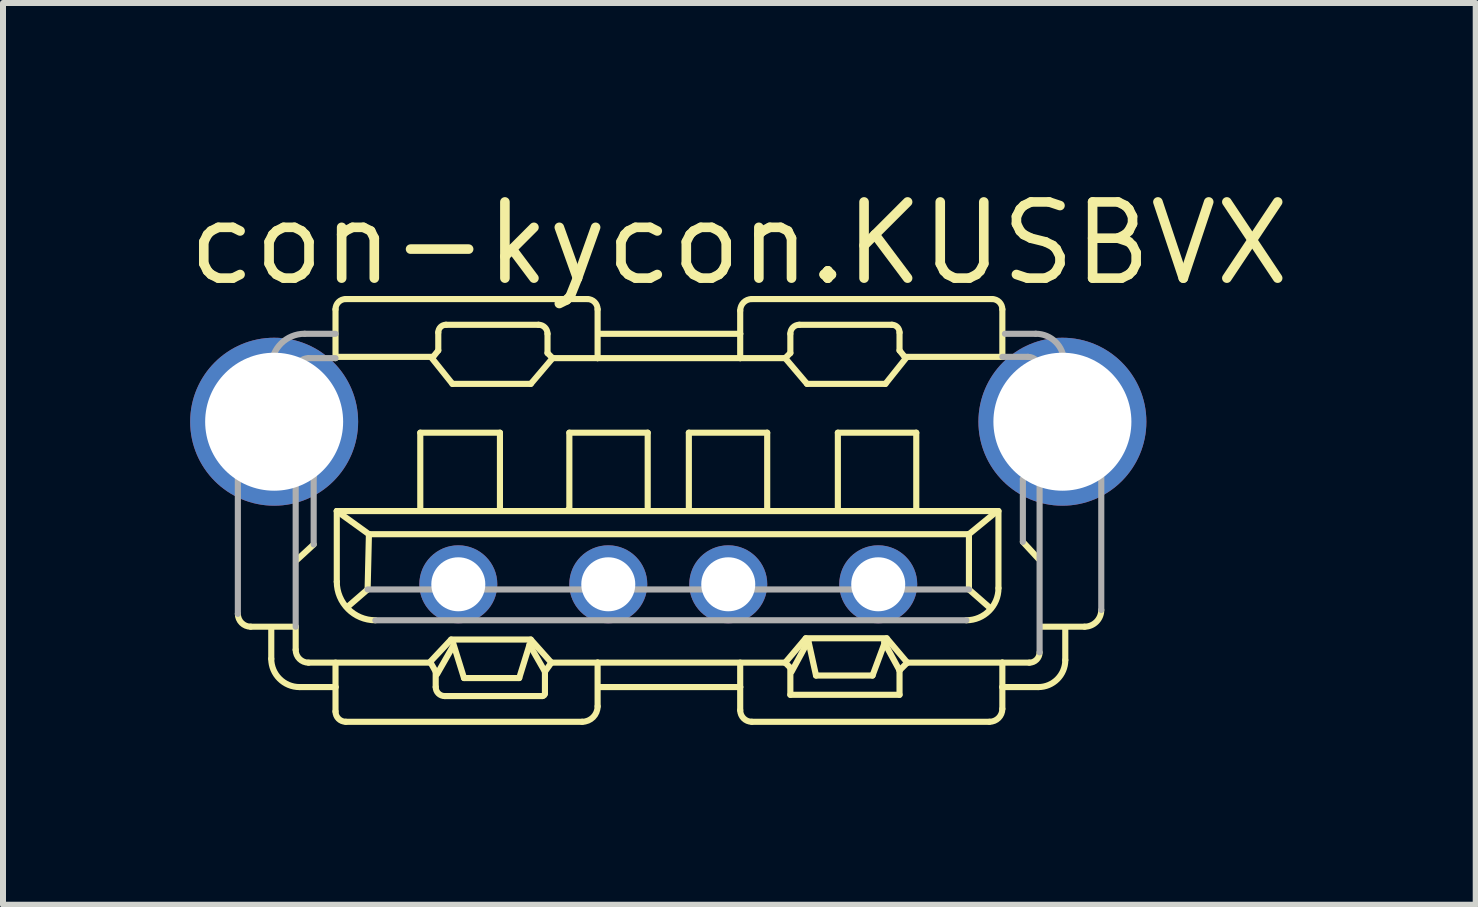
<source format=kicad_pcb>
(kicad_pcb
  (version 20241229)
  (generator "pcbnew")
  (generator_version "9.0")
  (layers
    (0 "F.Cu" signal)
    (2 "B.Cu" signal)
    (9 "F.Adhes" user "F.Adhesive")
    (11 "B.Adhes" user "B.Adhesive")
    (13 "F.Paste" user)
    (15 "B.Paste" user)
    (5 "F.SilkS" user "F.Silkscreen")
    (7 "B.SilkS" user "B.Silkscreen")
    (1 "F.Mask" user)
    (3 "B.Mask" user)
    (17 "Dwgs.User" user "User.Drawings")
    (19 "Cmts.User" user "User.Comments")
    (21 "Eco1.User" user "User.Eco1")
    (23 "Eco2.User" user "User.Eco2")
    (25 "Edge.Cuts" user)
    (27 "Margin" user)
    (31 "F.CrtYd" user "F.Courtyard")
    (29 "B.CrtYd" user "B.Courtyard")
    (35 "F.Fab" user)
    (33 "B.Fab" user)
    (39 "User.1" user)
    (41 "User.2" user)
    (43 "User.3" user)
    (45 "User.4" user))
  (footprint "con-kycon.KUSBVX"
    (layer "F.Cu")
    (at 8.09 6.69)
    (property "Reference" "con-kycon.KUSBVX" (at -8.09 -4.94 0) (layer "F.SilkS") (effects (font (size 1.27 1.27) (thickness 0.16)) (justify left bottom)))
    (attr through_hole)
    (fp_line (start -6.961 0.707) (end -6.211 0.707) (stroke (width 0.102) (type default)) (layer "F.SilkS"))
    (fp_line (start -6.618 1.242) (end -6.618 0.728) (stroke (width 0.102) (type default)) (layer "F.SilkS"))
    (fp_line (start -6.211 0.707) (end -6.211 1.092) (stroke (width 0.102) (type default)) (layer "F.SilkS"))
    (fp_line (start -5.997 1.306) (end -3.962 1.306) (stroke (width 0.102) (type default)) (layer "F.SilkS"))
    (fp_line (start -5.911 -0.664) (end -6.19 -0.407) (stroke (width 0.102) (type default)) (layer "F.SilkS"))
    (fp_line (start -5.547 -3.791) (end -3.92 -3.791) (stroke (width 0.102) (type default)) (layer "F.SilkS"))
    (fp_line (start -5.547 -3.77) (end -5.547 -4.583) (stroke (width 0.102) (type default)) (layer "F.SilkS"))
    (fp_line (start -5.547 1.713) (end -6.147 1.713) (stroke (width 0.102) (type default)) (layer "F.SilkS"))
    (fp_line (start -5.547 1.713) (end -5.547 1.306) (stroke (width 0.102) (type default)) (layer "F.SilkS"))
    (fp_line (start -5.547 2.12) (end -5.547 1.713) (stroke (width 0.102) (type default)) (layer "F.SilkS"))
    (fp_line (start -5.526 -1.221) (end -4.99 -0.835) (stroke (width 0.102) (type default)) (layer "F.SilkS"))
    (fp_line (start -5.526 -1.221) (end 5.483 -1.221) (stroke (width 0.102) (type default)) (layer "F.SilkS"))
    (fp_line (start -5.526 -0.043) (end -5.526 -1.221) (stroke (width 0.102) (type default)) (layer "F.SilkS"))
    (fp_line (start -5.376 -4.755) (end -1.349 -4.755) (stroke (width 0.102) (type default)) (layer "F.SilkS"))
    (fp_line (start -5.012 0.086) (end -5.333 0.364) (stroke (width 0.102) (type default)) (layer "F.SilkS"))
    (fp_line (start -4.99 -0.835) (end -5.012 0.086) (stroke (width 0.102) (type default)) (layer "F.SilkS"))
    (fp_line (start -4.99 -0.835) (end 5.012 -0.835) (stroke (width 0.102) (type default)) (layer "F.SilkS"))
    (fp_line (start -4.134 -2.527) (end -2.806 -2.527) (stroke (width 0.102) (type default)) (layer "F.SilkS"))
    (fp_line (start -4.134 -1.264) (end -4.134 -2.527) (stroke (width 0.102) (type default)) (layer "F.SilkS"))
    (fp_line (start -3.962 1.306) (end -3.962 1.306) (stroke (width 0.102) (type default)) (layer "F.SilkS"))
    (fp_line (start -3.962 1.306) (end -3.877 1.456) (stroke (width 0.102) (type default)) (layer "F.SilkS"))
    (fp_line (start -3.962 1.285) (end -3.62 0.921) (stroke (width 0.102) (type default)) (layer "F.SilkS"))
    (fp_line (start -3.92 -3.791) (end -3.834 -3.898) (stroke (width 0.102) (type default)) (layer "F.SilkS"))
    (fp_line (start -3.877 1.456) (end -3.877 1.713) (stroke (width 0.102) (type default)) (layer "F.SilkS"))
    (fp_line (start -3.855 1.499) (end -3.598 1.05) (stroke (width 0.102) (type default)) (layer "F.SilkS"))
    (fp_line (start -3.834 -3.898) (end -3.834 -4.198) (stroke (width 0.102) (type default)) (layer "F.SilkS"))
    (fp_line (start -3.727 1.863) (end -2.099 1.863) (stroke (width 0.102) (type default)) (layer "F.SilkS"))
    (fp_line (start -3.705 -4.326) (end -2.163 -4.326) (stroke (width 0.102) (type default)) (layer "F.SilkS"))
    (fp_line (start -3.62 0.921) (end -2.292 0.921) (stroke (width 0.102) (type default)) (layer "F.SilkS"))
    (fp_line (start -3.598 -3.341) (end -3.941 -3.77) (stroke (width 0.102) (type default)) (layer "F.SilkS"))
    (fp_line (start -3.405 1.563) (end -3.598 0.942) (stroke (width 0.102) (type default)) (layer "F.SilkS"))
    (fp_line (start -2.806 -2.527) (end -2.806 -1.264) (stroke (width 0.102) (type default)) (layer "F.SilkS"))
    (fp_line (start -2.485 1.563) (end -3.405 1.563) (stroke (width 0.102) (type default)) (layer "F.SilkS"))
    (fp_line (start -2.313 1.007) (end -2.485 1.563) (stroke (width 0.102) (type default)) (layer "F.SilkS"))
    (fp_line (start -2.292 -3.341) (end -3.598 -3.341) (stroke (width 0.102) (type default)) (layer "F.SilkS"))
    (fp_line (start -2.292 0.921) (end -1.949 1.306) (stroke (width 0.102) (type default)) (layer "F.SilkS"))
    (fp_line (start -2.056 1.456) (end -2.313 1.007) (stroke (width 0.102) (type default)) (layer "F.SilkS"))
    (fp_line (start -2.056 1.821) (end -2.056 1.456) (stroke (width 0.102) (type default)) (layer "F.SilkS"))
    (fp_line (start -2.013 -4.176) (end -2.013 -3.855) (stroke (width 0.102) (type default)) (layer "F.SilkS"))
    (fp_line (start -1.949 1.306) (end -2.056 1.456) (stroke (width 0.102) (type default)) (layer "F.SilkS"))
    (fp_line (start -1.928 -3.77) (end -2.292 -3.341) (stroke (width 0.102) (type default)) (layer "F.SilkS"))
    (fp_line (start -1.928 -3.77) (end -2.013 -3.855) (stroke (width 0.102) (type default)) (layer "F.SilkS"))
    (fp_line (start -1.671 -1.242) (end -1.649 -1.242) (stroke (width 0.102) (type default)) (layer "F.SilkS"))
    (fp_line (start -1.649 -2.527) (end -0.343 -2.527) (stroke (width 0.102) (type default)) (layer "F.SilkS"))
    (fp_line (start -1.649 -1.242) (end -1.649 -2.527) (stroke (width 0.102) (type default)) (layer "F.SilkS"))
    (fp_line (start -1.435 2.292) (end -5.376 2.292) (stroke (width 0.102) (type default)) (layer "F.SilkS"))
    (fp_line (start -1.178 -4.583) (end -1.178 -3.77) (stroke (width 0.102) (type default)) (layer "F.SilkS"))
    (fp_line (start -1.178 -3.77) (end -1.928 -3.77) (stroke (width 0.102) (type default)) (layer "F.SilkS"))
    (fp_line (start -1.178 -3.77) (end 1.199 -3.77) (stroke (width 0.102) (type default)) (layer "F.SilkS"))
    (fp_line (start -1.178 1.306) (end -1.949 1.306) (stroke (width 0.102) (type default)) (layer "F.SilkS"))
    (fp_line (start -1.178 1.306) (end -1.178 2.035) (stroke (width 0.102) (type default)) (layer "F.SilkS"))
    (fp_line (start -1.178 1.306) (end 1.949 1.306) (stroke (width 0.102) (type default)) (layer "F.SilkS"))
    (fp_line (start -1.157 -4.176) (end 1.199 -4.176) (stroke (width 0.102) (type default)) (layer "F.SilkS"))
    (fp_line (start -0.343 -2.527) (end -0.343 -1.285) (stroke (width 0.102) (type default)) (layer "F.SilkS"))
    (fp_line (start 0.343 -2.527) (end 1.649 -2.527) (stroke (width 0.102) (type default)) (layer "F.SilkS"))
    (fp_line (start 0.343 -1.264) (end 0.343 -2.527) (stroke (width 0.102) (type default)) (layer "F.SilkS"))
    (fp_line (start 1.199 -4.176) (end 1.199 -4.562) (stroke (width 0.102) (type default)) (layer "F.SilkS"))
    (fp_line (start 1.199 -4.176) (end 1.199 -3.77) (stroke (width 0.102) (type default)) (layer "F.SilkS"))
    (fp_line (start 1.199 -3.77) (end 1.949 -3.77) (stroke (width 0.102) (type default)) (layer "F.SilkS"))
    (fp_line (start 1.199 1.713) (end -1.157 1.713) (stroke (width 0.102) (type default)) (layer "F.SilkS"))
    (fp_line (start 1.199 1.713) (end 1.199 1.306) (stroke (width 0.102) (type default)) (layer "F.SilkS"))
    (fp_line (start 1.199 2.099) (end 1.199 1.713) (stroke (width 0.102) (type default)) (layer "F.SilkS"))
    (fp_line (start 1.392 -4.755) (end 5.397 -4.755) (stroke (width 0.102) (type default)) (layer "F.SilkS"))
    (fp_line (start 1.649 -2.527) (end 1.649 -1.242) (stroke (width 0.102) (type default)) (layer "F.SilkS"))
    (fp_line (start 1.949 -3.77) (end 2.035 -3.855) (stroke (width 0.102) (type default)) (layer "F.SilkS"))
    (fp_line (start 1.949 -3.77) (end 2.313 -3.341) (stroke (width 0.102) (type default)) (layer "F.SilkS"))
    (fp_line (start 1.949 1.306) (end 2.292 0.9) (stroke (width 0.102) (type default)) (layer "F.SilkS"))
    (fp_line (start 2.035 -4.176) (end 2.035 -3.855) (stroke (width 0.102) (type default)) (layer "F.SilkS"))
    (fp_line (start 2.035 1.392) (end 1.949 1.306) (stroke (width 0.102) (type default)) (layer "F.SilkS"))
    (fp_line (start 2.035 1.842) (end 2.035 1.392) (stroke (width 0.102) (type default)) (layer "F.SilkS"))
    (fp_line (start 2.292 0.9) (end 3.641 0.9) (stroke (width 0.102) (type default)) (layer "F.SilkS"))
    (fp_line (start 2.313 -3.341) (end 3.62 -3.341) (stroke (width 0.102) (type default)) (layer "F.SilkS"))
    (fp_line (start 2.335 0.942) (end 2.056 1.456) (stroke (width 0.102) (type default)) (layer "F.SilkS"))
    (fp_line (start 2.335 0.942) (end 2.463 1.521) (stroke (width 0.102) (type default)) (layer "F.SilkS"))
    (fp_line (start 2.463 1.521) (end 3.405 1.521) (stroke (width 0.102) (type default)) (layer "F.SilkS"))
    (fp_line (start 2.827 -2.527) (end 4.134 -2.527) (stroke (width 0.102) (type default)) (layer "F.SilkS"))
    (fp_line (start 2.827 -1.242) (end 2.827 -2.527) (stroke (width 0.102) (type default)) (layer "F.SilkS"))
    (fp_line (start 3.405 1.521) (end 3.62 0.942) (stroke (width 0.102) (type default)) (layer "F.SilkS"))
    (fp_line (start 3.598 0.964) (end 3.855 1.435) (stroke (width 0.102) (type default)) (layer "F.SilkS"))
    (fp_line (start 3.62 -3.341) (end 3.962 -3.77) (stroke (width 0.102) (type default)) (layer "F.SilkS"))
    (fp_line (start 3.641 0.9) (end 3.984 1.306) (stroke (width 0.102) (type default)) (layer "F.SilkS"))
    (fp_line (start 3.727 -4.326) (end 2.185 -4.326) (stroke (width 0.102) (type default)) (layer "F.SilkS"))
    (fp_line (start 3.855 -3.898) (end 3.855 -4.198) (stroke (width 0.102) (type default)) (layer "F.SilkS"))
    (fp_line (start 3.855 1.435) (end 3.855 1.842) (stroke (width 0.102) (type default)) (layer "F.SilkS"))
    (fp_line (start 3.855 1.842) (end 2.035 1.842) (stroke (width 0.102) (type default)) (layer "F.SilkS"))
    (fp_line (start 3.941 -3.791) (end 3.855 -3.898) (stroke (width 0.102) (type default)) (layer "F.SilkS"))
    (fp_line (start 3.984 1.306) (end 3.855 1.435) (stroke (width 0.102) (type default)) (layer "F.SilkS"))
    (fp_line (start 4.134 -2.527) (end 4.134 -1.242) (stroke (width 0.102) (type default)) (layer "F.SilkS"))
    (fp_line (start 5.012 -0.835) (end 5.012 0.086) (stroke (width 0.102) (type default)) (layer "F.SilkS"))
    (fp_line (start 5.012 -0.835) (end 5.483 -1.221) (stroke (width 0.102) (type default)) (layer "F.SilkS"))
    (fp_line (start 5.012 0.086) (end 5.354 0.386) (stroke (width 0.102) (type default)) (layer "F.SilkS"))
    (fp_line (start 5.354 2.292) (end 1.392 2.292) (stroke (width 0.102) (type default)) (layer "F.SilkS"))
    (fp_line (start 5.483 -1.221) (end 5.504 -1.221) (stroke (width 0.102) (type default)) (layer "F.SilkS"))
    (fp_line (start 5.504 -1.221) (end 5.504 0.064) (stroke (width 0.102) (type default)) (layer "F.SilkS"))
    (fp_line (start 5.569 -4.583) (end 5.569 -3.791) (stroke (width 0.102) (type default)) (layer "F.SilkS"))
    (fp_line (start 5.569 -3.791) (end 3.941 -3.791) (stroke (width 0.102) (type default)) (layer "F.SilkS"))
    (fp_line (start 5.569 1.306) (end 3.984 1.306) (stroke (width 0.102) (type default)) (layer "F.SilkS"))
    (fp_line (start 5.569 1.306) (end 5.569 1.713) (stroke (width 0.102) (type default)) (layer "F.SilkS"))
    (fp_line (start 5.569 1.713) (end 5.569 2.078) (stroke (width 0.102) (type default)) (layer "F.SilkS"))
    (fp_line (start 5.569 1.713) (end 6.168 1.713) (stroke (width 0.102) (type default)) (layer "F.SilkS"))
    (fp_line (start 6.019 1.306) (end 5.569 1.306) (stroke (width 0.102) (type default)) (layer "F.SilkS"))
    (fp_line (start 6.168 -0.428) (end 5.911 -0.707) (stroke (width 0.102) (type default)) (layer "F.SilkS"))
    (fp_line (start 6.211 0.707) (end 6.939 0.707) (stroke (width 0.102) (type default)) (layer "F.SilkS"))
    (fp_line (start 6.618 1.264) (end 6.618 0.728) (stroke (width 0.102) (type default)) (layer "F.SilkS"))
    (fp_arc (start -6.9608 0.7068) (mid -7.112262 0.644062) (end -7.175 0.4926) (stroke (width 0.1016) (type default)) (layer "F.SilkS"))
    (fp_arc (start -6.147 1.7134) (mid -6.480189 1.575389) (end -6.6182 1.2422) (stroke (width 0.1016) (type default)) (layer "F.SilkS"))
    (fp_arc (start -5.997 1.3065) (mid -6.148462 1.243762) (end -6.2112 1.0923) (stroke (width 0.1016) (type default)) (layer "F.SilkS"))
    (fp_arc (start -5.5473 -4.5835) (mid -5.497127 -4.704627) (end -5.376 -4.7548) (stroke (width 0.1016) (type default)) (layer "F.SilkS"))
    (fp_arc (start -5.3759 2.2917) (mid -5.497098 2.241498) (end -5.5473 2.1203) (stroke (width 0.1016) (type default)) (layer "F.SilkS"))
    (fp_arc (start -4.8833 0.5997) (mid -5.337616 0.411516) (end -5.5258 -0.0428) (stroke (width 0.1016) (type default)) (layer "F.SilkS"))
    (fp_arc (start -3.8338 -4.1979) (mid -3.796163 -4.288763) (end -3.7053 -4.3264) (stroke (width 0.1016) (type default)) (layer "F.SilkS"))
    (fp_arc (start -3.7267 1.8634) (mid -3.832766 1.819466) (end -3.8767 1.7134) (stroke (width 0.1016) (type default)) (layer "F.SilkS"))
    (fp_arc (start -2.1632 -4.3264) (mid -2.057205 -4.282495) (end -2.0133 -4.1765) (stroke (width 0.1016) (type default)) (layer "F.SilkS"))
    (fp_arc (start -2.0561 1.8205) (mid -2.068665 1.850835) (end -2.099 1.8634) (stroke (width 0.1016) (type default)) (layer "F.SilkS"))
    (fp_arc (start -1.3493 -4.7548) (mid -1.228173 -4.704627) (end -1.178 -4.5835) (stroke (width 0.1016) (type default)) (layer "F.SilkS"))
    (fp_arc (start -1.178 2.0347) (mid -1.253274 2.216426) (end -1.435 2.2917) (stroke (width 0.1016) (type default)) (layer "F.SilkS"))
    (fp_arc (start 1.1994 -4.562) (mid 1.25587 -4.69833) (end 1.3922 -4.7548) (stroke (width 0.1016) (type default)) (layer "F.SilkS"))
    (fp_arc (start 1.3922 2.2917) (mid 1.25587 2.23523) (end 1.1994 2.0989) (stroke (width 0.1016) (type default)) (layer "F.SilkS"))
    (fp_arc (start 2.0347 -4.1765) (mid 2.078605 -4.282495) (end 2.1846 -4.3264) (stroke (width 0.1016) (type default)) (layer "F.SilkS"))
    (fp_arc (start 3.7267 -4.3264) (mid 3.817563 -4.288763) (end 3.8552 -4.1979) (stroke (width 0.1016) (type default)) (layer "F.SilkS"))
    (fp_arc (start 5.3973 -4.7548) (mid 5.518498 -4.704598) (end 5.5687 -4.5834) (stroke (width 0.1016) (type default)) (layer "F.SilkS"))
    (fp_arc (start 5.5044 0.0643) (mid 5.347585 0.442885) (end 4.969 0.5997) (stroke (width 0.1016) (type default)) (layer "F.SilkS"))
    (fp_arc (start 5.5687 2.0775) (mid 5.505962 2.228962) (end 5.3545 2.2917) (stroke (width 0.1016) (type default)) (layer "F.SilkS"))
    (fp_arc (start 6.1898 1.1352) (mid 6.139627 1.256327) (end 6.0185 1.3065) (stroke (width 0.1016) (type default)) (layer "F.SilkS"))
    (fp_arc (start 6.6182 1.2636) (mid 6.486457 1.581657) (end 6.1684 1.7134) (stroke (width 0.1016) (type default)) (layer "F.SilkS"))
    (fp_arc (start 7.2179 0.4283) (mid 7.136329 0.625229) (end 6.9394 0.7068) (stroke (width 0.1016) (type default)) (layer "F.SilkS"))
    (fp_line (start -7.175 -2.956) (end -7.175 0.493) (stroke (width 0.102) (type default)) (layer "F.Fab"))
    (fp_line (start -6.618 -3.148) (end -6.618 -3.62) (stroke (width 0.102) (type default)) (layer "F.Fab"))
    (fp_line (start -6.211 -3.148) (end -6.982 -3.148) (stroke (width 0.102) (type default)) (layer "F.Fab"))
    (fp_line (start -6.211 -2.078) (end -6.211 -3.555) (stroke (width 0.102) (type default)) (layer "F.Fab"))
    (fp_line (start -6.211 -2.078) (end -5.911 -1.799) (stroke (width 0.102) (type default)) (layer "F.Fab"))
    (fp_line (start -6.211 0.707) (end -6.211 -2.078) (stroke (width 0.102) (type default)) (layer "F.Fab"))
    (fp_line (start -6.061 -4.176) (end -5.547 -4.176) (stroke (width 0.102) (type default)) (layer "F.Fab"))
    (fp_line (start -5.997 -3.77) (end -5.547 -3.77) (stroke (width 0.102) (type default)) (layer "F.Fab"))
    (fp_line (start -5.911 -1.799) (end -5.911 -0.664) (stroke (width 0.102) (type default)) (layer "F.Fab"))
    (fp_line (start 4.969 0.6) (end -4.883 0.6) (stroke (width 0.102) (type default)) (layer "F.Fab"))
    (fp_line (start 5.012 0.086) (end -5.012 0.086) (stroke (width 0.102) (type default)) (layer "F.Fab"))
    (fp_line (start 5.569 -3.791) (end 5.997 -3.791) (stroke (width 0.102) (type default)) (layer "F.Fab"))
    (fp_line (start 5.911 -1.756) (end 6.168 -2.013) (stroke (width 0.102) (type default)) (layer "F.Fab"))
    (fp_line (start 5.911 -0.707) (end 5.911 -1.756) (stroke (width 0.102) (type default)) (layer "F.Fab"))
    (fp_line (start 6.125 -4.176) (end 5.612 -4.176) (stroke (width 0.102) (type default)) (layer "F.Fab"))
    (fp_line (start 6.19 -3.598) (end 6.19 1.135) (stroke (width 0.102) (type default)) (layer "F.Fab"))
    (fp_line (start 6.597 -3.17) (end 6.597 -3.705) (stroke (width 0.102) (type default)) (layer "F.Fab"))
    (fp_line (start 7.004 -3.148) (end 6.211 -3.148) (stroke (width 0.102) (type default)) (layer "F.Fab"))
    (fp_line (start 7.218 0.428) (end 7.218 -2.934) (stroke (width 0.102) (type default)) (layer "F.Fab"))
    (fp_arc (start -7.175 -2.9557) (mid -7.118559 -3.091959) (end -6.9823 -3.1484) (stroke (width 0.1016) (type default)) (layer "F.Fab"))
    (fp_arc (start -6.6182 -3.6196) (mid -6.455088 -4.013388) (end -6.0613 -4.1765) (stroke (width 0.1016) (type default)) (layer "F.Fab"))
    (fp_arc (start -6.2112 -3.5554) (mid -6.148462 -3.706862) (end -5.997 -3.7696) (stroke (width 0.1016) (type default)) (layer "F.Fab"))
    (fp_arc (start 5.997 -3.791) (mid 6.13333 -3.73453) (end 6.1898 -3.5982) (stroke (width 0.1016) (type default)) (layer "F.Fab"))
    (fp_arc (start 6.1255 -4.1765) (mid 6.458689 -4.038489) (end 6.5967 -3.7053) (stroke (width 0.1016) (type default)) (layer "F.Fab"))
    (fp_arc (start 7.0038 -3.1484) (mid 7.155192 -3.085692) (end 7.2179 -2.9343) (stroke (width 0.1016) (type default)) (layer "F.Fab"))
    (pad "1" thru_hole circle (at 3.5 0) (size 1.3 1.3) (drill 0.9) (layers "*.Cu" "*.Mask"))
    (pad "2" thru_hole circle (at 1 0) (size 1.3 1.3) (drill 0.9) (layers "*.Cu" "*.Mask"))
    (pad "3" thru_hole circle (at -1 0) (size 1.3 1.3) (drill 0.9) (layers "*.Cu" "*.Mask"))
    (pad "4" thru_hole circle (at -3.5 0) (size 1.3 1.3) (drill 0.9) (layers "*.Cu" "*.Mask"))
    (pad "M1" thru_hole circle (at -6.57 -2.71) (size 2.8 2.8) (drill 2.3) (layers "*.Cu" "*.Mask"))
    (pad "M2" thru_hole circle (at 6.57 -2.71) (size 2.8 2.8) (drill 2.3) (layers "*.Cu" "*.Mask")))
  (gr_rect
    (start -3 -3)
    (end 21.55 12.032)
    (stroke (width 0.1) (type default))
    (fill no)
    (layer "Edge.Cuts")))
</source>
